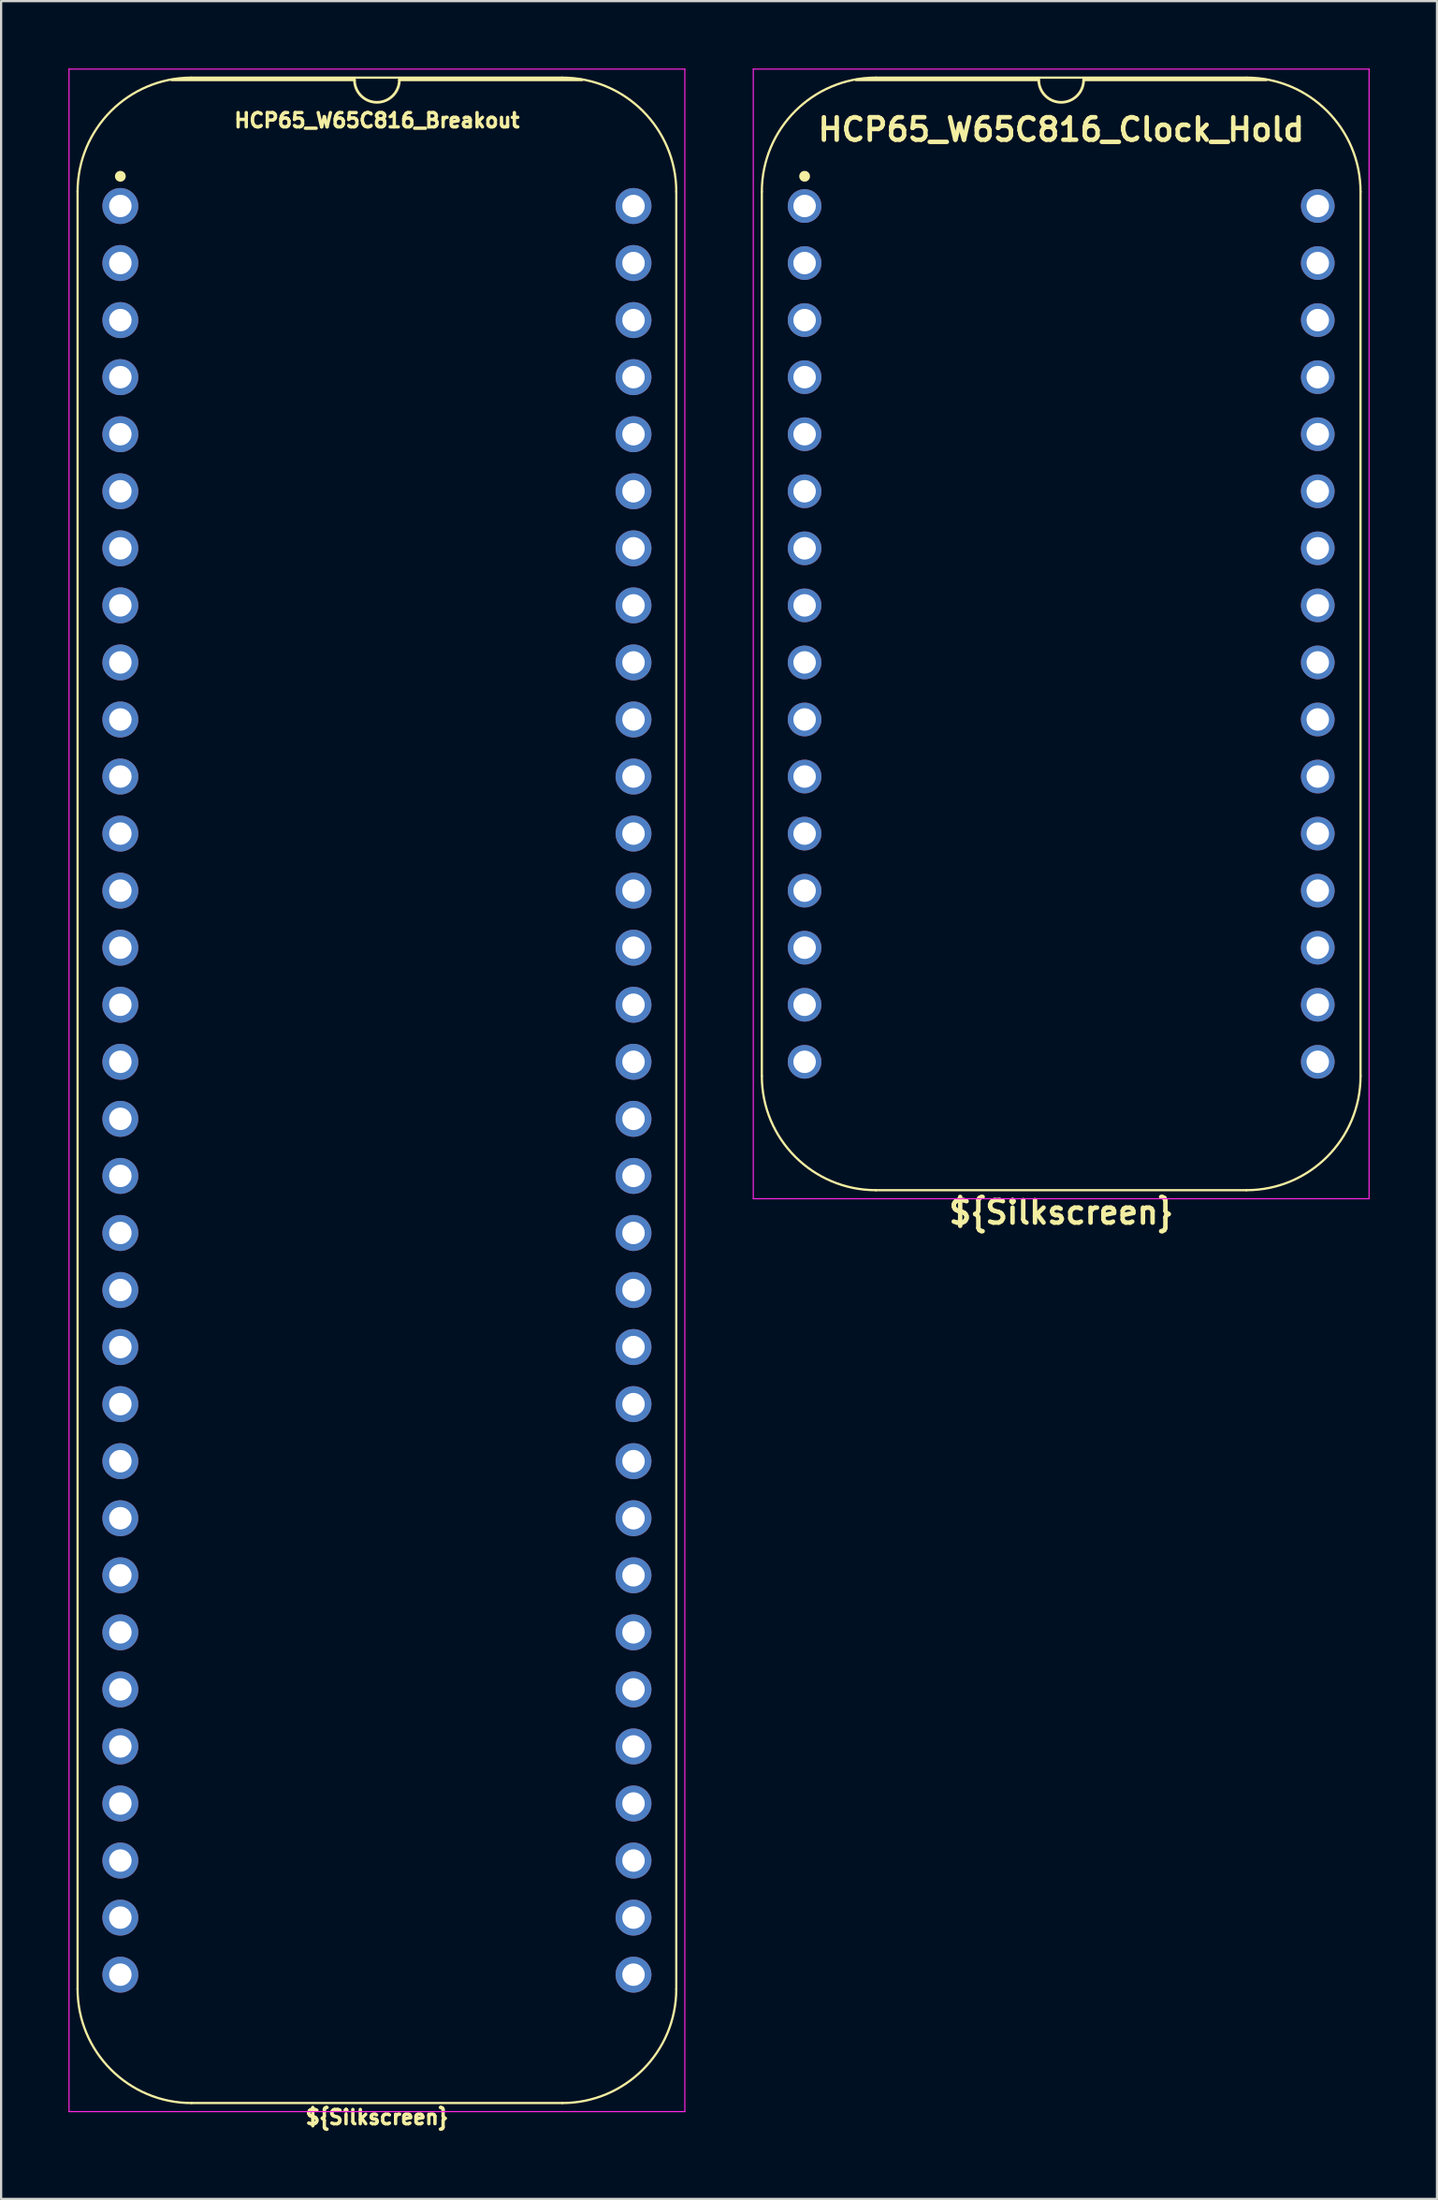
<source format=kicad_pcb>
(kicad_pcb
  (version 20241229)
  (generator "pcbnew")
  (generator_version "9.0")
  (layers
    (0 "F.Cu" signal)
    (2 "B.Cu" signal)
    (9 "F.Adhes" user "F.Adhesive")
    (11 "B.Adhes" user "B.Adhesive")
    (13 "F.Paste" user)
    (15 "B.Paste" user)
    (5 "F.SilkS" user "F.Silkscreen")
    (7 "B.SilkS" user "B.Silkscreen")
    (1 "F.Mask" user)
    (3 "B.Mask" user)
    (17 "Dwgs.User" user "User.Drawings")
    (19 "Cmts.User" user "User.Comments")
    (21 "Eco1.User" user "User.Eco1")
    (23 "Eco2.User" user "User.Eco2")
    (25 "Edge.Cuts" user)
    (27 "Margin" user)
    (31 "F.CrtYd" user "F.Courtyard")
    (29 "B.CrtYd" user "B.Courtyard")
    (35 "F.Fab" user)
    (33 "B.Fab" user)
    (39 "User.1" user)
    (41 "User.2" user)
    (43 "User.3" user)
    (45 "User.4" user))
  (footprint "HCP65_W65C816_Clock_Hold"
    (layer "F.Cu")
    (at 32.793 6.121)
    (property "Reference" "HCP65_W65C816_Clock_Hold" (at 11.43 -3.404 0) (layer "F.SilkS") (effects (font (size 1 1) (thickness 0.2))))
    (property "Silkscreen" "${Silkscreen}" (at 11.43 44.806 0) (layer "F.SilkS") (effects (font (size 1 1) (thickness 0.2))))
    (attr through_hole)
    (fp_line (start -1.905 -0.635) (end -1.905 38.735) (stroke (width 0.1) (type solid)) (layer "F.SilkS"))
    (fp_line (start 10.43 -5.616) (end 2.286 -5.616) (stroke (width 0.12) (type solid)) (layer "F.SilkS"))
    (fp_line (start 19.685 -5.715) (end 3.175 -5.715) (stroke (width 0.1) (type solid)) (layer "F.SilkS"))
    (fp_line (start 19.685 43.815) (end 3.175 43.815) (stroke (width 0.1) (type solid)) (layer "F.SilkS"))
    (fp_line (start 20.574 -5.616) (end 12.43 -5.616) (stroke (width 0.12) (type solid)) (layer "F.SilkS"))
    (fp_line (start 24.765 38.735) (end 24.765 -0.635) (stroke (width 0.1) (type solid)) (layer "F.SilkS"))
    (fp_arc (start -1.905 -0.635) (mid -0.417102 -4.227102) (end 3.175 -5.715) (stroke (width 0.1) (type solid)) (layer "F.SilkS"))
    (fp_arc (start 3.175 43.815) (mid -0.417102 42.327102) (end -1.905 38.735) (stroke (width 0.1) (type solid)) (layer "F.SilkS"))
    (fp_arc (start 12.43 -5.616) (mid 11.43 -4.616) (end 10.43 -5.616) (stroke (width 0.12) (type solid)) (layer "F.SilkS"))
    (fp_arc (start 19.685 -5.715) (mid 23.277102 -4.227102) (end 24.765 -0.635) (stroke (width 0.1) (type solid)) (layer "F.SilkS"))
    (fp_arc (start 24.765 38.735) (mid 23.277102 42.327102) (end 19.685 43.815) (stroke (width 0.1) (type solid)) (layer "F.SilkS"))
    (fp_circle (center 0 -1.323) (end 0.18 -1.323) (stroke (width 0.12) (type solid)) (fill yes) (layer "F.SilkS"))
    (fp_line (start -2.286 -6.096) (end -2.286 44.196) (stroke (width 0.05) (type solid)) (layer "F.CrtYd"))
    (fp_line (start -2.286 -6.096) (end 25.146 -6.096) (stroke (width 0.05) (type solid)) (layer "F.CrtYd"))
    (fp_line (start -2.286 44.196) (end 25.146 44.196) (stroke (width 0.05) (type solid)) (layer "F.CrtYd"))
    (fp_line (start 25.146 44.196) (end 25.146 -6.096) (stroke (width 0.05) (type solid)) (layer "F.CrtYd"))
    (pad "1" thru_hole circle (at 0 0) (size 1.5 1.5) (drill 1) (layers "*.Cu" "*.Mask"))
    (pad "2" thru_hole circle (at 0 2.54) (size 1.5 1.5) (drill 1) (layers "*.Cu" "*.Mask"))
    (pad "3" thru_hole circle (at 0 5.08) (size 1.5 1.5) (drill 1) (layers "*.Cu" "*.Mask"))
    (pad "4" thru_hole circle (at 0 7.62) (size 1.5 1.5) (drill 1) (layers "*.Cu" "*.Mask"))
    (pad "5" thru_hole circle (at 0 10.16) (size 1.5 1.5) (drill 1) (layers "*.Cu" "*.Mask"))
    (pad "6" thru_hole circle (at 0 12.7) (size 1.5 1.5) (drill 1) (layers "*.Cu" "*.Mask"))
    (pad "7" thru_hole circle (at 0 15.24) (size 1.5 1.5) (drill 1) (layers "*.Cu" "*.Mask"))
    (pad "8" thru_hole circle (at 0 17.78) (size 1.5 1.5) (drill 1) (layers "*.Cu" "*.Mask"))
    (pad "9" thru_hole circle (at 0 20.32) (size 1.5 1.5) (drill 1) (layers "*.Cu" "*.Mask"))
    (pad "10" thru_hole circle (at 0 22.86) (size 1.5 1.5) (drill 1) (layers "*.Cu" "*.Mask"))
    (pad "11" thru_hole circle (at 0 25.4) (size 1.5 1.5) (drill 1) (layers "*.Cu" "*.Mask"))
    (pad "12" thru_hole circle (at 0 27.94) (size 1.5 1.5) (drill 1) (layers "*.Cu" "*.Mask"))
    (pad "13" thru_hole circle (at 0 30.48) (size 1.5 1.5) (drill 1) (layers "*.Cu" "*.Mask"))
    (pad "14" thru_hole circle (at 0 33.02) (size 1.5 1.5) (drill 1) (layers "*.Cu" "*.Mask"))
    (pad "15" thru_hole circle (at 0 35.56) (size 1.5 1.5) (drill 1) (layers "*.Cu" "*.Mask"))
    (pad "16" thru_hole circle (at 0 38.1) (size 1.5 1.5) (drill 1) (layers "*.Cu" "*.Mask"))
    (pad "17" thru_hole circle (at 22.86 38.1) (size 1.5 1.5) (drill 1) (layers "*.Cu" "*.Mask"))
    (pad "18" thru_hole circle (at 22.86 35.56) (size 1.5 1.5) (drill 1) (layers "*.Cu" "*.Mask"))
    (pad "19" thru_hole circle (at 22.86 33.02) (size 1.5 1.5) (drill 1) (layers "*.Cu" "*.Mask"))
    (pad "20" thru_hole circle (at 22.86 30.48) (size 1.5 1.5) (drill 1) (layers "*.Cu" "*.Mask"))
    (pad "21" thru_hole circle (at 22.86 27.94) (size 1.5 1.5) (drill 1) (layers "*.Cu" "*.Mask"))
    (pad "22" thru_hole circle (at 22.86 25.4) (size 1.5 1.5) (drill 1) (layers "*.Cu" "*.Mask"))
    (pad "23" thru_hole circle (at 22.86 22.86) (size 1.5 1.5) (drill 1) (layers "*.Cu" "*.Mask"))
    (pad "24" thru_hole circle (at 22.86 20.32) (size 1.5 1.5) (drill 1) (layers "*.Cu" "*.Mask"))
    (pad "25" thru_hole circle (at 22.86 17.78) (size 1.5 1.5) (drill 1) (layers "*.Cu" "*.Mask"))
    (pad "26" thru_hole circle (at 22.86 15.24) (size 1.5 1.5) (drill 1) (layers "*.Cu" "*.Mask"))
    (pad "27" thru_hole circle (at 22.86 12.7) (size 1.5 1.5) (drill 1) (layers "*.Cu" "*.Mask"))
    (pad "28" thru_hole circle (at 22.86 10.16) (size 1.5 1.5) (drill 1) (layers "*.Cu" "*.Mask"))
    (pad "29" thru_hole circle (at 22.86 7.62) (size 1.5 1.5) (drill 1) (layers "*.Cu" "*.Mask"))
    (pad "30" thru_hole circle (at 22.86 5.08) (size 1.5 1.5) (drill 1) (layers "*.Cu" "*.Mask"))
    (pad "31" thru_hole circle (at 22.86 2.54) (size 1.5 1.5) (drill 1) (layers "*.Cu" "*.Mask"))
    (pad "32" thru_hole circle (at 22.86 0) (size 1.5 1.5) (drill 1) (layers "*.Cu" "*.Mask")))
  (footprint "HCP65_W65C816_Breakout"
    (layer "F.Cu")
    (at 2.311 6.121)
    (property "Reference" "HCP65_W65C816_Breakout" (at 11.43 -3.81 0) (layer "F.SilkS") (effects (font (size 0.635 0.635) (thickness 0.15))))
    (attr through_hole)
    (fp_line (start -1.905 -0.635) (end -1.905 79.375) (stroke (width 0.1) (type solid)) (layer "F.SilkS"))
    (fp_line (start 10.43 -5.616) (end 2.286 -5.616) (stroke (width 0.12) (type solid)) (layer "F.SilkS"))
    (fp_line (start 19.685 -5.715) (end 3.175 -5.715) (stroke (width 0.1) (type solid)) (layer "F.SilkS"))
    (fp_line (start 19.685 84.455) (end 3.175 84.455) (stroke (width 0.1) (type solid)) (layer "F.SilkS"))
    (fp_line (start 20.574 -5.616) (end 12.43 -5.616) (stroke (width 0.12) (type solid)) (layer "F.SilkS"))
    (fp_line (start 24.765 79.375) (end 24.765 -0.635) (stroke (width 0.1) (type solid)) (layer "F.SilkS"))
    (fp_arc (start -1.905 -0.635) (mid -0.417102 -4.227102) (end 3.175 -5.715) (stroke (width 0.1) (type solid)) (layer "F.SilkS"))
    (fp_arc (start 3.175 84.455) (mid -0.417102 82.967102) (end -1.905 79.375) (stroke (width 0.1) (type solid)) (layer "F.SilkS"))
    (fp_arc (start 12.43 -5.616) (mid 11.43 -4.616) (end 10.43 -5.616) (stroke (width 0.12) (type solid)) (layer "F.SilkS"))
    (fp_arc (start 19.685 -5.715) (mid 23.277102 -4.227102) (end 24.765 -0.635) (stroke (width 0.1) (type solid)) (layer "F.SilkS"))
    (fp_arc (start 24.765 79.375) (mid 23.277102 82.967102) (end 19.685 84.455) (stroke (width 0.1) (type solid)) (layer "F.SilkS"))
    (fp_circle (center 0 -1.323) (end 0.18 -1.323) (stroke (width 0.12) (type solid)) (fill yes) (layer "F.SilkS"))
    (fp_line (start -2.286 -6.096) (end -2.286 84.836) (stroke (width 0.05) (type solid)) (layer "F.CrtYd"))
    (fp_line (start -2.286 -6.096) (end 25.146 -6.096) (stroke (width 0.05) (type solid)) (layer "F.CrtYd"))
    (fp_line (start -2.286 84.836) (end 25.146 84.836) (stroke (width 0.05) (type solid)) (layer "F.CrtYd"))
    (fp_line (start 25.146 84.836) (end 25.146 -6.096) (stroke (width 0.05) (type solid)) (layer "F.CrtYd"))
    (fp_text user "${Silkscreen}" (at 11.43 85.09 0) (layer "F.SilkS") (effects (font (size 0.635 0.635) (thickness 0.15))))
    (pad "1" thru_hole circle (at 0 0) (size 1.6 1.6) (drill 1) (layers "*.Cu" "*.Mask"))
    (pad "2" thru_hole circle (at 0 2.54) (size 1.6 1.6) (drill 1) (layers "*.Cu" "*.Mask"))
    (pad "3" thru_hole circle (at 0 5.08) (size 1.6 1.6) (drill 1) (layers "*.Cu" "*.Mask"))
    (pad "4" thru_hole circle (at 0 7.62) (size 1.6 1.6) (drill 1) (layers "*.Cu" "*.Mask"))
    (pad "5" thru_hole circle (at 0 10.16) (size 1.6 1.6) (drill 1) (layers "*.Cu" "*.Mask"))
    (pad "6" thru_hole circle (at 0 12.7) (size 1.6 1.6) (drill 1) (layers "*.Cu" "*.Mask"))
    (pad "7" thru_hole circle (at 0 15.24) (size 1.6 1.6) (drill 1) (layers "*.Cu" "*.Mask"))
    (pad "8" thru_hole circle (at 0 17.78) (size 1.6 1.6) (drill 1) (layers "*.Cu" "*.Mask"))
    (pad "9" thru_hole circle (at 0 20.32) (size 1.6 1.6) (drill 1) (layers "*.Cu" "*.Mask"))
    (pad "10" thru_hole circle (at 0 22.86) (size 1.6 1.6) (drill 1) (layers "*.Cu" "*.Mask"))
    (pad "11" thru_hole circle (at 0 25.4) (size 1.6 1.6) (drill 1) (layers "*.Cu" "*.Mask"))
    (pad "12" thru_hole circle (at 0 27.94) (size 1.6 1.6) (drill 1) (layers "*.Cu" "*.Mask"))
    (pad "13" thru_hole circle (at 0 30.48) (size 1.6 1.6) (drill 1) (layers "*.Cu" "*.Mask"))
    (pad "14" thru_hole circle (at 0 33.02) (size 1.6 1.6) (drill 1) (layers "*.Cu" "*.Mask"))
    (pad "15" thru_hole circle (at 0 35.56) (size 1.6 1.6) (drill 1) (layers "*.Cu" "*.Mask"))
    (pad "16" thru_hole circle (at 0 38.1) (size 1.6 1.6) (drill 1) (layers "*.Cu" "*.Mask"))
    (pad "17" thru_hole circle (at 0 40.64) (size 1.6 1.6) (drill 1) (layers "*.Cu" "*.Mask"))
    (pad "18" thru_hole circle (at 0 43.18) (size 1.6 1.6) (drill 1) (layers "*.Cu" "*.Mask"))
    (pad "19" thru_hole circle (at 0 45.72) (size 1.6 1.6) (drill 1) (layers "*.Cu" "*.Mask"))
    (pad "20" thru_hole circle (at 0 48.26) (size 1.6 1.6) (drill 1) (layers "*.Cu" "*.Mask"))
    (pad "21" thru_hole circle (at 0 50.8) (size 1.6 1.6) (drill 1) (layers "*.Cu" "*.Mask"))
    (pad "22" thru_hole circle (at 0 53.34) (size 1.6 1.6) (drill 1) (layers "*.Cu" "*.Mask"))
    (pad "23" thru_hole circle (at 0 55.88) (size 1.6 1.6) (drill 1) (layers "*.Cu" "*.Mask"))
    (pad "24" thru_hole circle (at 0 58.42) (size 1.6 1.6) (drill 1) (layers "*.Cu" "*.Mask"))
    (pad "25" thru_hole circle (at 0 60.96) (size 1.6 1.6) (drill 1) (layers "*.Cu" "*.Mask"))
    (pad "26" thru_hole circle (at 0 63.5) (size 1.6 1.6) (drill 1) (layers "*.Cu" "*.Mask"))
    (pad "27" thru_hole circle (at 0 66.04) (size 1.6 1.6) (drill 1) (layers "*.Cu" "*.Mask"))
    (pad "28" thru_hole circle (at 0 68.58) (size 1.6 1.6) (drill 1) (layers "*.Cu" "*.Mask"))
    (pad "29" thru_hole circle (at 0 71.12) (size 1.6 1.6) (drill 1) (layers "*.Cu" "*.Mask"))
    (pad "30" thru_hole circle (at 0 73.66) (size 1.6 1.6) (drill 1) (layers "*.Cu" "*.Mask"))
    (pad "31" thru_hole circle (at 0 76.2) (size 1.6 1.6) (drill 1) (layers "*.Cu" "*.Mask"))
    (pad "32" thru_hole circle (at 0 78.74) (size 1.6 1.6) (drill 1) (layers "*.Cu" "*.Mask"))
    (pad "33" thru_hole circle (at 22.86 78.74) (size 1.6 1.6) (drill 1) (layers "*.Cu" "*.Mask"))
    (pad "34" thru_hole circle (at 22.86 76.2) (size 1.6 1.6) (drill 1) (layers "*.Cu" "*.Mask"))
    (pad "35" thru_hole circle (at 22.86 73.66) (size 1.6 1.6) (drill 1) (layers "*.Cu" "*.Mask"))
    (pad "36" thru_hole circle (at 22.86 71.12) (size 1.6 1.6) (drill 1) (layers "*.Cu" "*.Mask"))
    (pad "37" thru_hole circle (at 22.86 68.58) (size 1.6 1.6) (drill 1) (layers "*.Cu" "*.Mask"))
    (pad "38" thru_hole circle (at 22.86 66.04) (size 1.6 1.6) (drill 1) (layers "*.Cu" "*.Mask"))
    (pad "39" thru_hole circle (at 22.86 63.5) (size 1.6 1.6) (drill 1) (layers "*.Cu" "*.Mask"))
    (pad "40" thru_hole circle (at 22.86 60.96) (size 1.6 1.6) (drill 1) (layers "*.Cu" "*.Mask"))
    (pad "41" thru_hole circle (at 22.86 58.42) (size 1.6 1.6) (drill 1) (layers "*.Cu" "*.Mask"))
    (pad "42" thru_hole circle (at 22.86 55.88) (size 1.6 1.6) (drill 1) (layers "*.Cu" "*.Mask"))
    (pad "43" thru_hole circle (at 22.86 53.34) (size 1.6 1.6) (drill 1) (layers "*.Cu" "*.Mask"))
    (pad "44" thru_hole circle (at 22.86 50.8) (size 1.6 1.6) (drill 1) (layers "*.Cu" "*.Mask"))
    (pad "45" thru_hole circle (at 22.86 48.26) (size 1.6 1.6) (drill 1) (layers "*.Cu" "*.Mask"))
    (pad "46" thru_hole circle (at 22.86 45.72) (size 1.6 1.6) (drill 1) (layers "*.Cu" "*.Mask"))
    (pad "47" thru_hole circle (at 22.86 43.18) (size 1.6 1.6) (drill 1) (layers "*.Cu" "*.Mask"))
    (pad "48" thru_hole circle (at 22.86 40.64) (size 1.6 1.6) (drill 1) (layers "*.Cu" "*.Mask"))
    (pad "49" thru_hole circle (at 22.86 38.1) (size 1.6 1.6) (drill 1) (layers "*.Cu" "*.Mask"))
    (pad "50" thru_hole circle (at 22.86 35.56) (size 1.6 1.6) (drill 1) (layers "*.Cu" "*.Mask"))
    (pad "51" thru_hole circle (at 22.86 33.02) (size 1.6 1.6) (drill 1) (layers "*.Cu" "*.Mask"))
    (pad "52" thru_hole circle (at 22.86 30.48) (size 1.6 1.6) (drill 1) (layers "*.Cu" "*.Mask"))
    (pad "53" thru_hole circle (at 22.86 27.94) (size 1.6 1.6) (drill 1) (layers "*.Cu" "*.Mask"))
    (pad "54" thru_hole circle (at 22.86 25.4) (size 1.6 1.6) (drill 1) (layers "*.Cu" "*.Mask"))
    (pad "55" thru_hole circle (at 22.86 22.86) (size 1.6 1.6) (drill 1) (layers "*.Cu" "*.Mask"))
    (pad "56" thru_hole circle (at 22.86 20.32) (size 1.6 1.6) (drill 1) (layers "*.Cu" "*.Mask"))
    (pad "57" thru_hole circle (at 22.86 17.78) (size 1.6 1.6) (drill 1) (layers "*.Cu" "*.Mask"))
    (pad "58" thru_hole circle (at 22.86 15.24) (size 1.6 1.6) (drill 1) (layers "*.Cu" "*.Mask"))
    (pad "59" thru_hole circle (at 22.86 12.7) (size 1.6 1.6) (drill 1) (layers "*.Cu" "*.Mask"))
    (pad "60" thru_hole circle (at 22.86 10.16) (size 1.6 1.6) (drill 1) (layers "*.Cu" "*.Mask"))
    (pad "61" thru_hole circle (at 22.86 7.62) (size 1.6 1.6) (drill 1) (layers "*.Cu" "*.Mask"))
    (pad "62" thru_hole circle (at 22.86 5.08) (size 1.6 1.6) (drill 1) (layers "*.Cu" "*.Mask"))
    (pad "63" thru_hole circle (at 22.86 2.54) (size 1.6 1.6) (drill 1) (layers "*.Cu" "*.Mask"))
    (pad "64" thru_hole circle (at 22.86 0) (size 1.6 1.6) (drill 1) (layers "*.Cu" "*.Mask")))
  (gr_rect
    (start -3 -3)
    (end 60.964 94.846)
    (stroke (width 0.1) (type default))
    (fill no)
    (layer "Edge.Cuts")))
</source>
